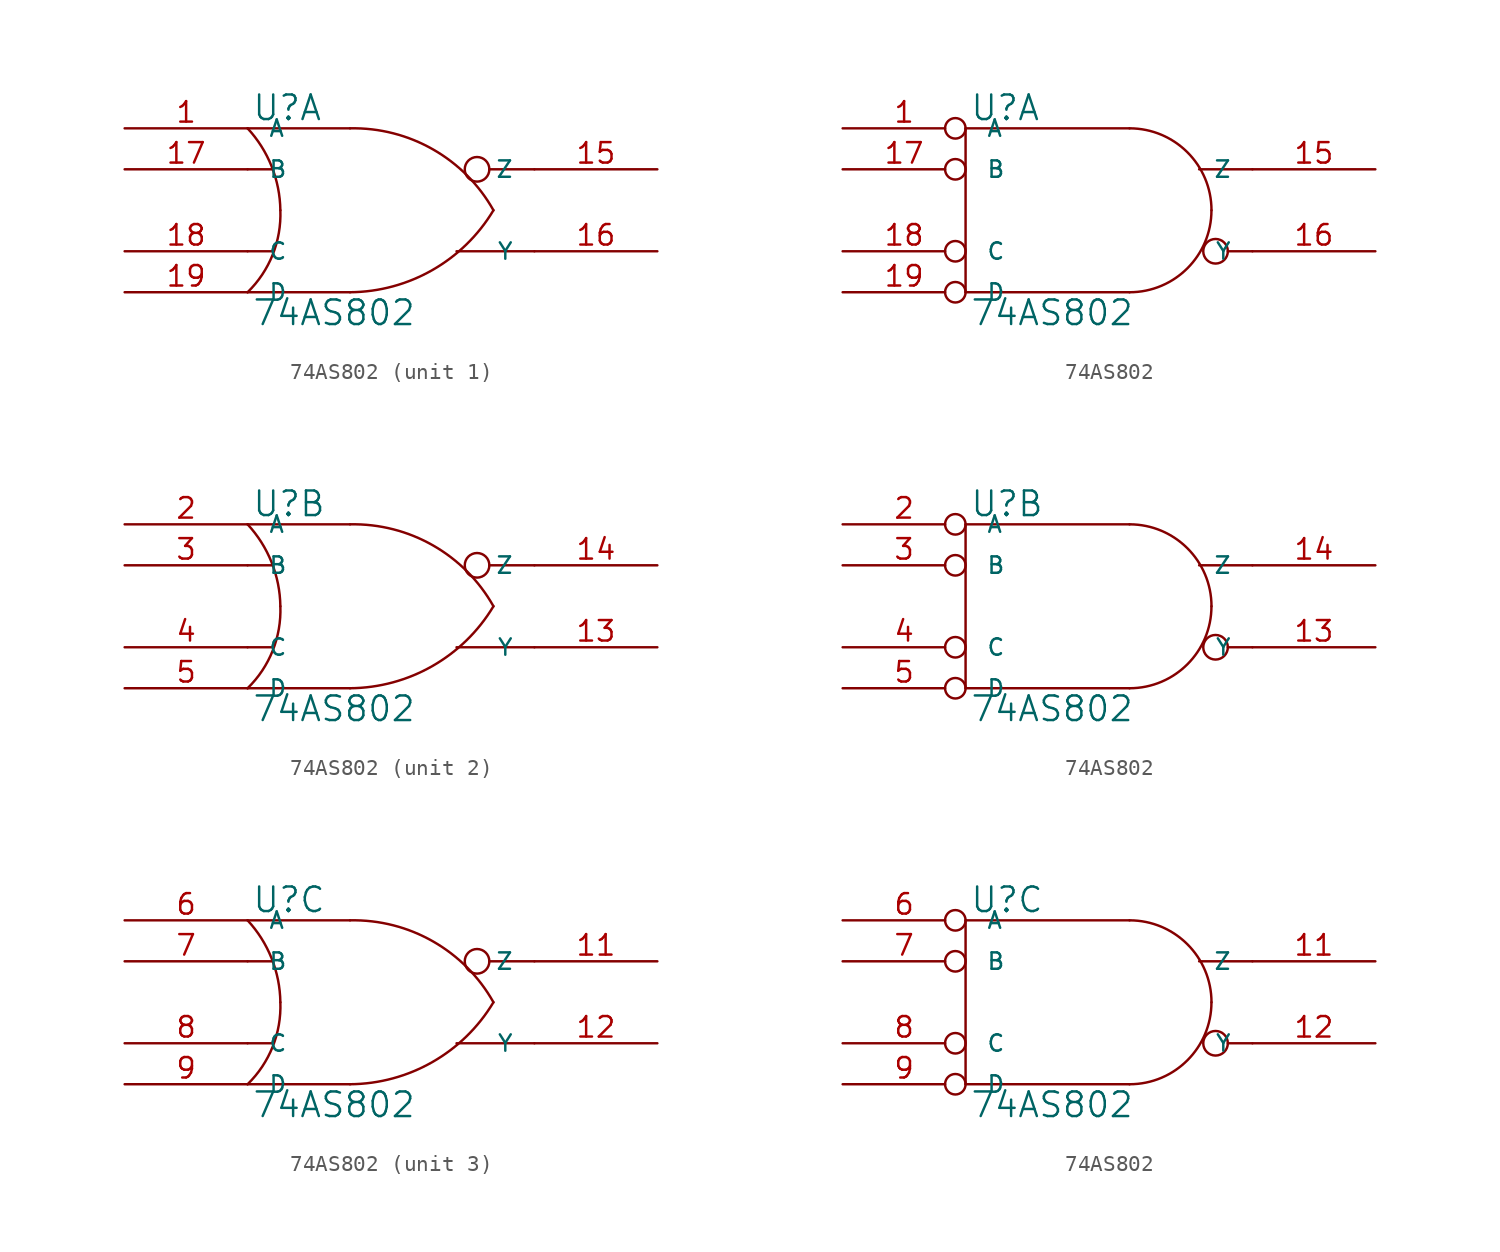
<source format=kicad_sym>
(kicad_symbol_lib
  (version 20231120)
  (generator "kicad_symbol_editor")
  (generator_version "8.0")
  (symbol "74AS802"
    (pin_names
      (offset 1.27))
    (property "Reference" "U"
      (at 0.254 0.381 0)
      (effects (font (size 1.524 1.524)) (justify left bottom)))
    (property "Value" "74AS802"
      (at 0.254 -10.541 0)
      (effects (font (size 1.524 1.524)) (justify left top)))
    (symbol "74AS802_0_1"
      (arc (start 0 -10.16) (mid 1.5573 -7.8293) (end 2.032 -5.08) (stroke (width 0) (type solid)) (fill (type none)))
      (polyline (pts (xy 0 -7.62) (xy 1.524 -7.62)) (stroke (width 0) (type solid)) (fill (type none)))
      (polyline (pts (xy 0 -2.54) (xy 1.524 -2.54)) (stroke (width 0) (type solid)) (fill (type none)))
      (polyline (pts (xy 6.35 -10.16) (xy 0 -10.16)) (stroke (width 0) (type solid)) (fill (type none)))
      (polyline (pts (xy 6.35 0) (xy 0 0)) (stroke (width 0) (type solid)) (fill (type none)))
      (polyline (pts (xy 14.986 -2.54) (xy 17.78 -2.54)) (stroke (width 0) (type solid)) (fill (type none)))
      (polyline (pts (xy 17.78 -7.62) (xy 12.954 -7.62)) (stroke (width 0) (type solid)) (fill (type none)))
      (arc (start 2.032 -5.08) (mid 1.4906 -2.3584) (end 0 0) (stroke (width 0) (type solid)) (fill (type none)))
      (arc (start 6.35 -10.16) (mid 11.4496 -8.7875) (end 15.24 -5.08) (stroke (width 0) (type solid)) (fill (type none)))
      (circle (center 14.224 -2.54) (radius 0.762) (stroke (width 0) (type solid)) (fill (type none)))
      (arc (start 15.24 -5.08) (mid 11.4893 -1.3041) (end 6.35 0) (stroke (width 0) (type solid)) (fill (type none))))
    (symbol "74AS802_0_2"
      (polyline (pts (xy 0 -10.16) (xy 10.16 -10.16)) (stroke (width 0) (type solid)) (fill (type none)))
      (polyline (pts (xy 0 0) (xy 0 -10.16)) (stroke (width 0) (type solid)) (fill (type none)))
      (polyline (pts (xy 10.16 0) (xy 0 0)) (stroke (width 0) (type solid)) (fill (type none)))
      (polyline (pts (xy 17.78 -7.62) (xy 16.256 -7.62)) (stroke (width 0) (type solid)) (fill (type none)))
      (polyline (pts (xy 17.78 -2.54) (xy 14.478 -2.54)) (stroke (width 0) (type solid)) (fill (type none)))
      (arc (start 10.16 -10.16) (mid 13.7521 -8.6721) (end 15.24 -5.08) (stroke (width 0) (type solid)) (fill (type none)))
      (arc (start 15.24 -5.08) (mid 13.7521 -1.4879) (end 10.16 0) (stroke (width 0) (type solid)) (fill (type none)))
      (circle (center 15.494 -7.62) (radius 0.762) (stroke (width 0) (type solid)) (fill (type none))))
    (symbol "74AS802_1_1"
      (pin input line (at -7.62 0 0) (length 7.62) (name "A" (effects (font (size 1.016 1.016)))) (number "1" (effects (font (size 1.27 1.27)))))
      (pin power_in line (at 0 -10.16 90) (length 0) hide (name "GND" (effects (font (size 1.016 1.016)))) (number "10" (effects (font (size 1.27 1.27)))))
      (pin output line (at 25.4 -2.54 180) (length 7.62) (name "Z" (effects (font (size 1.016 1.016)))) (number "15" (effects (font (size 1.27 1.27)))))
      (pin output line (at 25.4 -7.62 180) (length 7.62) (name "Y" (effects (font (size 1.016 1.016)))) (number "16" (effects (font (size 1.27 1.27)))))
      (pin input line (at -7.62 -2.54 0) (length 7.62) (name "B" (effects (font (size 1.016 1.016)))) (number "17" (effects (font (size 1.27 1.27)))))
      (pin input line (at -7.62 -7.62 0) (length 7.62) (name "C" (effects (font (size 1.016 1.016)))) (number "18" (effects (font (size 1.27 1.27)))))
      (pin input line (at -7.62 -10.16 0) (length 7.62) (name "D" (effects (font (size 1.016 1.016)))) (number "19" (effects (font (size 1.27 1.27)))))
      (pin power_in line (at 0 0 270) (length 0) hide (name "VCC" (effects (font (size 1.016 1.016)))) (number "20" (effects (font (size 1.27 1.27))))))
    (symbol "74AS802_1_2"
      (pin input inverted (at -7.62 0 0) (length 7.62) (name "A" (effects (font (size 1.016 1.016)))) (number "1" (effects (font (size 1.27 1.27)))))
      (pin power_in line (at 0 -10.16 90) (length 0) hide (name "GND" (effects (font (size 1.016 1.016)))) (number "10" (effects (font (size 1.27 1.27)))))
      (pin output line (at 25.4 -2.54 180) (length 7.62) (name "Z" (effects (font (size 1.016 1.016)))) (number "15" (effects (font (size 1.27 1.27)))))
      (pin output line (at 25.4 -7.62 180) (length 7.62) (name "Y" (effects (font (size 1.016 1.016)))) (number "16" (effects (font (size 1.27 1.27)))))
      (pin input inverted (at -7.62 -2.54 0) (length 7.62) (name "B" (effects (font (size 1.016 1.016)))) (number "17" (effects (font (size 1.27 1.27)))))
      (pin input inverted (at -7.62 -7.62 0) (length 7.62) (name "C" (effects (font (size 1.016 1.016)))) (number "18" (effects (font (size 1.27 1.27)))))
      (pin input inverted (at -7.62 -10.16 0) (length 7.62) (name "D" (effects (font (size 1.016 1.016)))) (number "19" (effects (font (size 1.27 1.27)))))
      (pin power_in line (at 0 0 270) (length 0) hide (name "VCC" (effects (font (size 1.016 1.016)))) (number "20" (effects (font (size 1.27 1.27))))))
    (symbol "74AS802_2_1"
      (pin power_in line (at 0 -10.16 90) (length 0) hide (name "GND" (effects (font (size 1.016 1.016)))) (number "10" (effects (font (size 1.27 1.27)))))
      (pin output line (at 25.4 -7.62 180) (length 7.62) (name "Y" (effects (font (size 1.016 1.016)))) (number "13" (effects (font (size 1.27 1.27)))))
      (pin output line (at 25.4 -2.54 180) (length 7.62) (name "Z" (effects (font (size 1.016 1.016)))) (number "14" (effects (font (size 1.27 1.27)))))
      (pin input line (at -7.62 0 0) (length 7.62) (name "A" (effects (font (size 1.016 1.016)))) (number "2" (effects (font (size 1.27 1.27)))))
      (pin power_in line (at 0 0 270) (length 0) hide (name "VCC" (effects (font (size 1.016 1.016)))) (number "20" (effects (font (size 1.27 1.27)))))
      (pin input line (at -7.62 -2.54 0) (length 7.62) (name "B" (effects (font (size 1.016 1.016)))) (number "3" (effects (font (size 1.27 1.27)))))
      (pin input line (at -7.62 -7.62 0) (length 7.62) (name "C" (effects (font (size 1.016 1.016)))) (number "4" (effects (font (size 1.27 1.27)))))
      (pin input line (at -7.62 -10.16 0) (length 7.62) (name "D" (effects (font (size 1.016 1.016)))) (number "5" (effects (font (size 1.27 1.27))))))
    (symbol "74AS802_2_2"
      (pin power_in line (at 0 -10.16 90) (length 0) hide (name "GND" (effects (font (size 1.016 1.016)))) (number "10" (effects (font (size 1.27 1.27)))))
      (pin output line (at 25.4 -7.62 180) (length 7.62) (name "Y" (effects (font (size 1.016 1.016)))) (number "13" (effects (font (size 1.27 1.27)))))
      (pin output line (at 25.4 -2.54 180) (length 7.62) (name "Z" (effects (font (size 1.016 1.016)))) (number "14" (effects (font (size 1.27 1.27)))))
      (pin input inverted (at -7.62 0 0) (length 7.62) (name "A" (effects (font (size 1.016 1.016)))) (number "2" (effects (font (size 1.27 1.27)))))
      (pin power_in line (at 0 0 270) (length 0) hide (name "VCC" (effects (font (size 1.016 1.016)))) (number "20" (effects (font (size 1.27 1.27)))))
      (pin input inverted (at -7.62 -2.54 0) (length 7.62) (name "B" (effects (font (size 1.016 1.016)))) (number "3" (effects (font (size 1.27 1.27)))))
      (pin input inverted (at -7.62 -7.62 0) (length 7.62) (name "C" (effects (font (size 1.016 1.016)))) (number "4" (effects (font (size 1.27 1.27)))))
      (pin input inverted (at -7.62 -10.16 0) (length 7.62) (name "D" (effects (font (size 1.016 1.016)))) (number "5" (effects (font (size 1.27 1.27))))))
    (symbol "74AS802_3_1"
      (pin power_in line (at 0 -10.16 90) (length 0) hide (name "GND" (effects (font (size 1.016 1.016)))) (number "10" (effects (font (size 1.27 1.27)))))
      (pin output line (at 25.4 -2.54 180) (length 7.62) (name "Z" (effects (font (size 1.016 1.016)))) (number "11" (effects (font (size 1.27 1.27)))))
      (pin output line (at 25.4 -7.62 180) (length 7.62) (name "Y" (effects (font (size 1.016 1.016)))) (number "12" (effects (font (size 1.27 1.27)))))
      (pin power_in line (at 0 0 270) (length 0) hide (name "VCC" (effects (font (size 1.016 1.016)))) (number "20" (effects (font (size 1.27 1.27)))))
      (pin input line (at -7.62 0 0) (length 7.62) (name "A" (effects (font (size 1.016 1.016)))) (number "6" (effects (font (size 1.27 1.27)))))
      (pin input line (at -7.62 -2.54 0) (length 7.62) (name "B" (effects (font (size 1.016 1.016)))) (number "7" (effects (font (size 1.27 1.27)))))
      (pin input line (at -7.62 -7.62 0) (length 7.62) (name "C" (effects (font (size 1.016 1.016)))) (number "8" (effects (font (size 1.27 1.27)))))
      (pin input line (at -7.62 -10.16 0) (length 7.62) (name "D" (effects (font (size 1.016 1.016)))) (number "9" (effects (font (size 1.27 1.27))))))
    (symbol "74AS802_3_2"
      (pin power_in line (at 0 -10.16 90) (length 0) hide (name "GND" (effects (font (size 1.016 1.016)))) (number "10" (effects (font (size 1.27 1.27)))))
      (pin output line (at 25.4 -2.54 180) (length 7.62) (name "Z" (effects (font (size 1.016 1.016)))) (number "11" (effects (font (size 1.27 1.27)))))
      (pin output line (at 25.4 -7.62 180) (length 7.62) (name "Y" (effects (font (size 1.016 1.016)))) (number "12" (effects (font (size 1.27 1.27)))))
      (pin power_in line (at 0 0 270) (length 0) hide (name "VCC" (effects (font (size 1.016 1.016)))) (number "20" (effects (font (size 1.27 1.27)))))
      (pin input inverted (at -7.62 0 0) (length 7.62) (name "A" (effects (font (size 1.016 1.016)))) (number "6" (effects (font (size 1.27 1.27)))))
      (pin input inverted (at -7.62 -2.54 0) (length 7.62) (name "B" (effects (font (size 1.016 1.016)))) (number "7" (effects (font (size 1.27 1.27)))))
      (pin input inverted (at -7.62 -7.62 0) (length 7.62) (name "C" (effects (font (size 1.016 1.016)))) (number "8" (effects (font (size 1.27 1.27)))))
      (pin input inverted (at -7.62 -10.16 0) (length 7.62) (name "D" (effects (font (size 1.016 1.016)))) (number "9" (effects (font (size 1.27 1.27))))))))
</source>
